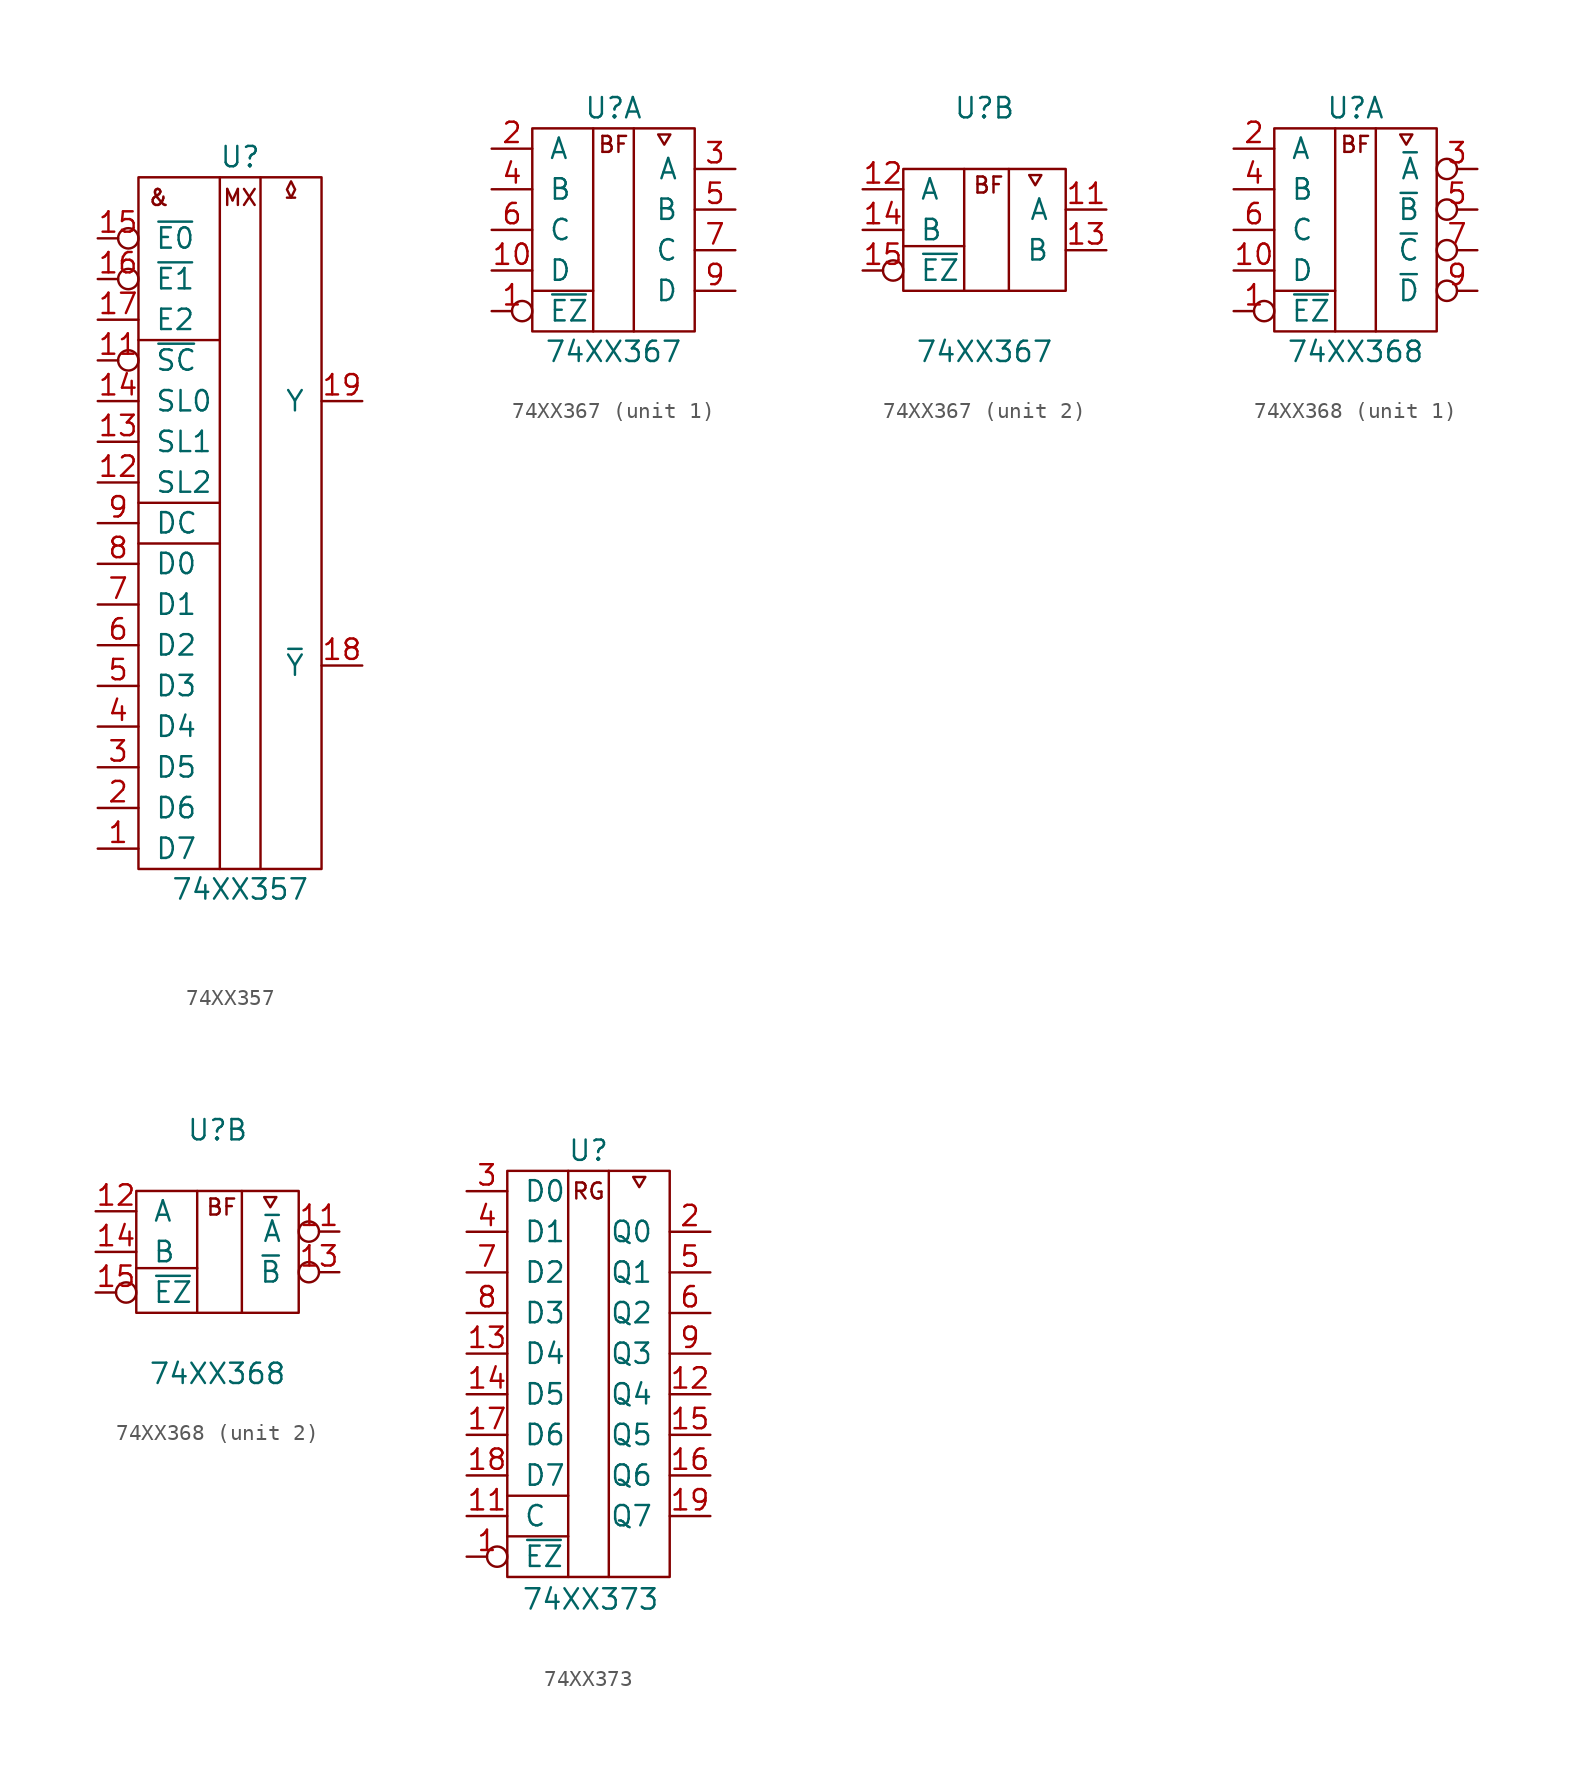
<source format=kicad_sym>
(kicad_symbol_lib
  (version 20211014)
  (generator kicad_symbol_editor)
  (symbol "74XX357"
    (pin_names
      (offset 1.016))
    (property "Reference" "U"
      (at 0 22.86 0)
      (effects (font (size 1.27 1.27))))
    (property "Value" "74XX357"
      (at 0 -22.86 0)
      (effects (font (size 1.27 1.27))))
    (symbol "74XX357_0_0"
      (text "&" (at -5.08 20.32 0) (effects (font (size 1 1))))
      (text "MX" (at 0 20.32 0) (effects (font (size 1 1)))))
    (symbol "74XX357_0_1"
      (rectangle (start -6.35 21.59) (end 5.08 -21.59) (stroke (width 0) (type default) (color 0 0 0 0)) (fill (type none)))
      (polyline (pts (xy -6.35 -1.27) (xy -1.27 -1.27)) (stroke (width 0) (type default) (color 0 0 0 0)) (fill (type none)))
      (polyline (pts (xy -6.35 1.27) (xy -1.27 1.27)) (stroke (width 0) (type default) (color 0 0 0 0)) (fill (type none)))
      (polyline (pts (xy -6.35 11.43) (xy -1.27 11.43)) (stroke (width 0) (type default) (color 0 0 0 0)) (fill (type none)))
      (polyline (pts (xy -1.27 21.59) (xy -1.27 -21.59)) (stroke (width 0) (type default) (color 0 0 0 0)) (fill (type none)))
      (polyline (pts (xy 1.27 -21.59) (xy 1.27 21.59)) (stroke (width 0) (type default) (color 0 0 0 0)) (fill (type none)))
      (polyline (pts (xy 2.921 20.32) (xy 3.429 20.32)) (stroke (width 0) (type default) (color 0 0 0 0)) (fill (type none)))
      (polyline (pts (xy 3.175 21.336) (xy 2.921 20.828) (xy 3.175 20.32) (xy 3.429 20.828) (xy 3.175 21.336)) (stroke (width 0) (type default) (color 0 0 0 0)) (fill (type none)))
      (pin power_in line (at 5.08 -21.59 180) (length 0) hide (name "GND" (effects (font (size 1.27 1.27)))) (number "10" (effects (font (size 1.27 1.27)))))
      (pin power_in line (at 5.08 21.59 180) (length 0) hide (name "VCC" (effects (font (size 1.27 1.27)))) (number "20" (effects (font (size 1.27 1.27))))))
    (symbol "74XX357_1_1"
      (pin input line (at -8.89 -20.32 0) (length 2.54) (name "D7" (effects (font (size 1.27 1.27)))) (number "1" (effects (font (size 1.27 1.27)))))
      (pin input inverted (at -8.89 10.16 0) (length 2.54) (name "~{SC}" (effects (font (size 1.27 1.27)))) (number "11" (effects (font (size 1.27 1.27)))))
      (pin input line (at -8.89 2.54 0) (length 2.54) (name "SL2" (effects (font (size 1.27 1.27)))) (number "12" (effects (font (size 1.27 1.27)))))
      (pin input line (at -8.89 5.08 0) (length 2.54) (name "SL1" (effects (font (size 1.27 1.27)))) (number "13" (effects (font (size 1.27 1.27)))))
      (pin input line (at -8.89 7.62 0) (length 2.54) (name "SL0" (effects (font (size 1.27 1.27)))) (number "14" (effects (font (size 1.27 1.27)))))
      (pin input inverted (at -8.89 17.78 0) (length 2.54) (name "~{E0}" (effects (font (size 1.27 1.27)))) (number "15" (effects (font (size 1.27 1.27)))))
      (pin input inverted (at -8.89 15.24 0) (length 2.54) (name "~{E1}" (effects (font (size 1.27 1.27)))) (number "16" (effects (font (size 1.27 1.27)))))
      (pin input line (at -8.89 12.7 0) (length 2.54) (name "E2" (effects (font (size 1.27 1.27)))) (number "17" (effects (font (size 1.27 1.27)))))
      (pin open_collector line (at 7.62 -8.89 180) (length 2.54) (name "~{Y}" (effects (font (size 1.27 1.27)))) (number "18" (effects (font (size 1.27 1.27)))))
      (pin open_collector line (at 7.62 7.62 180) (length 2.54) (name "Y" (effects (font (size 1.27 1.27)))) (number "19" (effects (font (size 1.27 1.27)))))
      (pin input line (at -8.89 -17.78 0) (length 2.54) (name "D6" (effects (font (size 1.27 1.27)))) (number "2" (effects (font (size 1.27 1.27)))))
      (pin input line (at -8.89 -15.24 0) (length 2.54) (name "D5" (effects (font (size 1.27 1.27)))) (number "3" (effects (font (size 1.27 1.27)))))
      (pin input line (at -8.89 -12.7 0) (length 2.54) (name "D4" (effects (font (size 1.27 1.27)))) (number "4" (effects (font (size 1.27 1.27)))))
      (pin input line (at -8.89 -10.16 0) (length 2.54) (name "D3" (effects (font (size 1.27 1.27)))) (number "5" (effects (font (size 1.27 1.27)))))
      (pin input line (at -8.89 -7.62 0) (length 2.54) (name "D2" (effects (font (size 1.27 1.27)))) (number "6" (effects (font (size 1.27 1.27)))))
      (pin input line (at -8.89 -5.08 0) (length 2.54) (name "D1" (effects (font (size 1.27 1.27)))) (number "7" (effects (font (size 1.27 1.27)))))
      (pin input line (at -8.89 -2.54 0) (length 2.54) (name "D0" (effects (font (size 1.27 1.27)))) (number "8" (effects (font (size 1.27 1.27)))))
      (pin input line (at -8.89 0 0) (length 2.54) (name "DC" (effects (font (size 1.27 1.27)))) (number "9" (effects (font (size 1.27 1.27)))))))
  (symbol "74XX367"
    (pin_names
      (offset 1.016))
    (property "Reference" "U"
      (at 0 7.62 0)
      (effects (font (size 1.27 1.27))))
    (property "Value" "74XX367"
      (at 0 -7.62 0)
      (effects (font (size 1.27 1.27))))
    (property "ki_locked" ""
      (at 0 0 0)
      (effects (font (size 1.27 1.27))))
    (symbol "74XX367_0_1"
      (pin power_in line (at 5.08 3.81 180) (length 0) hide (name "VCC" (effects (font (size 1.27 1.27)))) (number "16" (effects (font (size 1.27 1.27)))))
      (pin power_in line (at 5.08 -3.81 180) (length 0) hide (name "GND" (effects (font (size 1.27 1.27)))) (number "8" (effects (font (size 1.27 1.27))))))
    (symbol "74XX367_1_0"
      (rectangle (start -5.08 6.35) (end 5.08 -6.35) (stroke (width 0) (type default) (color 0 0 0 0)) (fill (type none))))
    (symbol "74XX367_1_1"
      (polyline (pts (xy -5.08 -3.81) (xy -1.27 -3.81)) (stroke (width 0) (type default) (color 0 0 0 0)) (fill (type none)))
      (polyline (pts (xy -1.27 -6.35) (xy -1.27 6.35)) (stroke (width 0) (type default) (color 0 0 0 0)) (fill (type none)))
      (polyline (pts (xy 1.27 -6.35) (xy 1.27 6.35)) (stroke (width 0) (type default) (color 0 0 0 0)) (fill (type none)))
      (polyline (pts (xy 3.175 5.334) (xy 2.794 5.969) (xy 3.556 5.969) (xy 3.175 5.334)) (stroke (width 0) (type default) (color 0 0 0 0)) (fill (type none)))
      (text "BF" (at 0 5.334 0) (effects (font (size 1 1))))
      (pin input inverted (at -7.62 -5.08 0) (length 2.54) (name "~{EZ}" (effects (font (size 1.27 1.27)))) (number "1" (effects (font (size 1.27 1.27)))))
      (pin tri_state line (at -7.62 -2.54 0) (length 2.54) (name "D" (effects (font (size 1.27 1.27)))) (number "10" (effects (font (size 1.27 1.27)))))
      (pin input line (at -7.62 5.08 0) (length 2.54) (name "A" (effects (font (size 1.27 1.27)))) (number "2" (effects (font (size 1.27 1.27)))))
      (pin tri_state line (at 7.62 3.81 180) (length 2.54) (name "A" (effects (font (size 1.27 1.27)))) (number "3" (effects (font (size 1.27 1.27)))))
      (pin input line (at -7.62 2.54 0) (length 2.54) (name "B" (effects (font (size 1.27 1.27)))) (number "4" (effects (font (size 1.27 1.27)))))
      (pin tri_state line (at 7.62 1.27 180) (length 2.54) (name "B" (effects (font (size 1.27 1.27)))) (number "5" (effects (font (size 1.27 1.27)))))
      (pin tri_state line (at -7.62 0 0) (length 2.54) (name "C" (effects (font (size 1.27 1.27)))) (number "6" (effects (font (size 1.27 1.27)))))
      (pin tri_state line (at 7.62 -1.27 180) (length 2.54) (name "C" (effects (font (size 1.27 1.27)))) (number "7" (effects (font (size 1.27 1.27)))))
      (pin tri_state line (at 7.62 -3.81 180) (length 2.54) (name "D" (effects (font (size 1.27 1.27)))) (number "9" (effects (font (size 1.27 1.27))))))
    (symbol "74XX367_2_1"
      (rectangle (start -5.08 3.81) (end 5.08 -3.81) (stroke (width 0) (type default) (color 0 0 0 0)) (fill (type none)))
      (polyline (pts (xy -5.08 -1.016) (xy -1.27 -1.016)) (stroke (width 0) (type default) (color 0 0 0 0)) (fill (type none)))
      (polyline (pts (xy -1.27 -3.81) (xy -1.27 3.81)) (stroke (width 0) (type default) (color 0 0 0 0)) (fill (type none)))
      (polyline (pts (xy 1.524 -3.81) (xy 1.524 3.81)) (stroke (width 0) (type default) (color 0 0 0 0)) (fill (type none)))
      (polyline (pts (xy 3.175 2.794) (xy 2.794 3.429) (xy 3.556 3.429) (xy 3.175 2.794)) (stroke (width 0) (type default) (color 0 0 0 0)) (fill (type none)))
      (text "BF" (at 0.254 2.794 0) (effects (font (size 1 1))))
      (pin tri_state line (at 7.62 1.27 180) (length 2.54) (name "A" (effects (font (size 1.27 1.27)))) (number "11" (effects (font (size 1.27 1.27)))))
      (pin input line (at -7.62 2.54 0) (length 2.54) (name "A" (effects (font (size 1.27 1.27)))) (number "12" (effects (font (size 1.27 1.27)))))
      (pin tri_state line (at 7.62 -1.27 180) (length 2.54) (name "B" (effects (font (size 1.27 1.27)))) (number "13" (effects (font (size 1.27 1.27)))))
      (pin input line (at -7.62 0 0) (length 2.54) (name "B" (effects (font (size 1.27 1.27)))) (number "14" (effects (font (size 1.27 1.27)))))
      (pin input inverted (at -7.62 -2.54 0) (length 2.54) (name "~{EZ}" (effects (font (size 1.27 1.27)))) (number "15" (effects (font (size 1.27 1.27)))))))
  (symbol "74XX368"
    (pin_names
      (offset 1.016))
    (property "Reference" "U"
      (at 0 7.62 0)
      (effects (font (size 1.27 1.27))))
    (property "Value" "74XX368"
      (at 0 -7.62 0)
      (effects (font (size 1.27 1.27))))
    (property "ki_locked" ""
      (at 0 0 0)
      (effects (font (size 1.27 1.27))))
    (symbol "74XX368_0_1"
      (pin power_in line (at 5.08 3.81 180) (length 0) hide (name "VCC" (effects (font (size 1.27 1.27)))) (number "16" (effects (font (size 1.27 1.27)))))
      (pin power_in line (at 5.08 -3.81 180) (length 0) hide (name "GND" (effects (font (size 1.27 1.27)))) (number "8" (effects (font (size 1.27 1.27))))))
    (symbol "74XX368_1_0"
      (rectangle (start -5.08 6.35) (end 5.08 -6.35) (stroke (width 0) (type default) (color 0 0 0 0)) (fill (type none))))
    (symbol "74XX368_1_1"
      (polyline (pts (xy -5.08 -3.81) (xy -1.27 -3.81)) (stroke (width 0) (type default) (color 0 0 0 0)) (fill (type none)))
      (polyline (pts (xy -1.27 -6.35) (xy -1.27 6.35)) (stroke (width 0) (type default) (color 0 0 0 0)) (fill (type none)))
      (polyline (pts (xy 1.27 -6.35) (xy 1.27 6.35)) (stroke (width 0) (type default) (color 0 0 0 0)) (fill (type none)))
      (polyline (pts (xy 3.175 5.334) (xy 2.794 5.969) (xy 3.556 5.969) (xy 3.175 5.334)) (stroke (width 0) (type default) (color 0 0 0 0)) (fill (type none)))
      (text "BF" (at 0 5.334 0) (effects (font (size 1 1))))
      (pin input inverted (at -7.62 -5.08 0) (length 2.54) (name "~{EZ}" (effects (font (size 1.27 1.27)))) (number "1" (effects (font (size 1.27 1.27)))))
      (pin input line (at -7.62 -2.54 0) (length 2.54) (name "D" (effects (font (size 1.27 1.27)))) (number "10" (effects (font (size 1.27 1.27)))))
      (pin input line (at -7.62 5.08 0) (length 2.54) (name "A" (effects (font (size 1.27 1.27)))) (number "2" (effects (font (size 1.27 1.27)))))
      (pin tri_state inverted (at 7.62 3.81 180) (length 2.54) (name "~{A}" (effects (font (size 1.27 1.27)))) (number "3" (effects (font (size 1.27 1.27)))))
      (pin input line (at -7.62 2.54 0) (length 2.54) (name "B" (effects (font (size 1.27 1.27)))) (number "4" (effects (font (size 1.27 1.27)))))
      (pin tri_state inverted (at 7.62 1.27 180) (length 2.54) (name "~{B}" (effects (font (size 1.27 1.27)))) (number "5" (effects (font (size 1.27 1.27)))))
      (pin input line (at -7.62 0 0) (length 2.54) (name "C" (effects (font (size 1.27 1.27)))) (number "6" (effects (font (size 1.27 1.27)))))
      (pin tri_state inverted (at 7.62 -1.27 180) (length 2.54) (name "~{C}" (effects (font (size 1.27 1.27)))) (number "7" (effects (font (size 1.27 1.27)))))
      (pin tri_state inverted (at 7.62 -3.81 180) (length 2.54) (name "~{D}" (effects (font (size 1.27 1.27)))) (number "9" (effects (font (size 1.27 1.27))))))
    (symbol "74XX368_2_1"
      (rectangle (start -5.08 3.81) (end 5.08 -3.81) (stroke (width 0) (type default) (color 0 0 0 0)) (fill (type none)))
      (polyline (pts (xy -5.08 -1.016) (xy -1.27 -1.016)) (stroke (width 0) (type default) (color 0 0 0 0)) (fill (type none)))
      (polyline (pts (xy -1.27 -3.81) (xy -1.27 3.81)) (stroke (width 0) (type default) (color 0 0 0 0)) (fill (type none)))
      (polyline (pts (xy 1.524 -3.81) (xy 1.524 3.81)) (stroke (width 0) (type default) (color 0 0 0 0)) (fill (type none)))
      (polyline (pts (xy 3.302 2.794) (xy 2.921 3.429) (xy 3.683 3.429) (xy 3.302 2.794)) (stroke (width 0) (type default) (color 0 0 0 0)) (fill (type none)))
      (text "BF" (at 0.254 2.794 0) (effects (font (size 1 1))))
      (pin tri_state inverted (at 7.62 1.27 180) (length 2.54) (name "~{A}" (effects (font (size 1.27 1.27)))) (number "11" (effects (font (size 1.27 1.27)))))
      (pin input line (at -7.62 2.54 0) (length 2.54) (name "A" (effects (font (size 1.27 1.27)))) (number "12" (effects (font (size 1.27 1.27)))))
      (pin tri_state inverted (at 7.62 -1.27 180) (length 2.54) (name "~{B}" (effects (font (size 1.27 1.27)))) (number "13" (effects (font (size 1.27 1.27)))))
      (pin input line (at -7.62 0 0) (length 2.54) (name "B" (effects (font (size 1.27 1.27)))) (number "14" (effects (font (size 1.27 1.27)))))
      (pin input inverted (at -7.62 -2.54 0) (length 2.54) (name "~{EZ}" (effects (font (size 1.27 1.27)))) (number "15" (effects (font (size 1.27 1.27)))))))
  (symbol "74XX373"
    (pin_names
      (offset 1.016))
    (property "Reference" "U"
      (at 0 13.97 0)
      (effects (font (size 1.27 1.27))))
    (property "Value" "74XX373"
      (at 0.127 -14.097 0)
      (effects (font (size 1.27 1.27))))
    (symbol "74XX373_0_1"
      (polyline (pts (xy -5.08 -7.62) (xy -1.27 -7.62)) (stroke (width 0) (type default) (color 0 0 0 0)) (fill (type none)))
      (polyline (pts (xy -1.27 -10.16) (xy -5.08 -10.16)) (stroke (width 0) (type default) (color 0 0 0 0)) (fill (type none)))
      (polyline (pts (xy -1.27 12.7) (xy -1.27 -12.7)) (stroke (width 0) (type default) (color 0 0 0 0)) (fill (type none)))
      (polyline (pts (xy 1.27 -12.7) (xy 1.27 12.7)) (stroke (width 0) (type default) (color 0 0 0 0)) (fill (type none)))
      (polyline (pts (xy 3.175 11.684) (xy 2.794 12.319) (xy 3.556 12.319) (xy 3.175 11.684)) (stroke (width 0) (type default) (color 0 0 0 0)) (fill (type none))))
    (symbol "74XX373_1_1"
      (rectangle (start -5.08 -12.7) (end 5.08 12.7) (stroke (width 0) (type default) (color 0 0 0 0)) (fill (type none)))
      (text "RG" (at 0 11.43 0) (effects (font (size 1 1))))
      (pin input inverted (at -7.62 -11.43 0) (length 2.54) (name "~{EZ}" (effects (font (size 1.27 1.27)))) (number "1" (effects (font (size 1.27 1.27)))))
      (pin power_in line (at 5.08 -12.7 180) (length 0) hide (name "GND" (effects (font (size 1.27 1.27)))) (number "10" (effects (font (size 1.27 1.27)))))
      (pin input line (at -7.62 -8.89 0) (length 2.54) (name "C" (effects (font (size 1.27 1.27)))) (number "11" (effects (font (size 1.27 1.27)))))
      (pin tri_state line (at 7.62 -1.27 180) (length 2.54) (name "Q4" (effects (font (size 1.27 1.27)))) (number "12" (effects (font (size 1.27 1.27)))))
      (pin input line (at -7.62 1.27 0) (length 2.54) (name "D4" (effects (font (size 1.27 1.27)))) (number "13" (effects (font (size 1.27 1.27)))))
      (pin input line (at -7.62 -1.27 0) (length 2.54) (name "D5" (effects (font (size 1.27 1.27)))) (number "14" (effects (font (size 1.27 1.27)))))
      (pin tri_state line (at 7.62 -3.81 180) (length 2.54) (name "Q5" (effects (font (size 1.27 1.27)))) (number "15" (effects (font (size 1.27 1.27)))))
      (pin tri_state line (at 7.62 -6.35 180) (length 2.54) (name "Q6" (effects (font (size 1.27 1.27)))) (number "16" (effects (font (size 1.27 1.27)))))
      (pin input line (at -7.62 -3.81 0) (length 2.54) (name "D6" (effects (font (size 1.27 1.27)))) (number "17" (effects (font (size 1.27 1.27)))))
      (pin input line (at -7.62 -6.35 0) (length 2.54) (name "D7" (effects (font (size 1.27 1.27)))) (number "18" (effects (font (size 1.27 1.27)))))
      (pin tri_state line (at 7.62 -8.89 180) (length 2.54) (name "Q7" (effects (font (size 1.27 1.27)))) (number "19" (effects (font (size 1.27 1.27)))))
      (pin tri_state line (at 7.62 8.89 180) (length 2.54) (name "Q0" (effects (font (size 1.27 1.27)))) (number "2" (effects (font (size 1.27 1.27)))))
      (pin power_in line (at 5.08 12.7 180) (length 0) hide (name "VCC" (effects (font (size 1.27 1.27)))) (number "20" (effects (font (size 1.27 1.27)))))
      (pin input line (at -7.62 11.43 0) (length 2.54) (name "D0" (effects (font (size 1.27 1.27)))) (number "3" (effects (font (size 1.27 1.27)))))
      (pin input line (at -7.62 8.89 0) (length 2.54) (name "D1" (effects (font (size 1.27 1.27)))) (number "4" (effects (font (size 1.27 1.27)))))
      (pin tri_state line (at 7.62 6.35 180) (length 2.54) (name "Q1" (effects (font (size 1.27 1.27)))) (number "5" (effects (font (size 1.27 1.27)))))
      (pin tri_state line (at 7.62 3.81 180) (length 2.54) (name "Q2" (effects (font (size 1.27 1.27)))) (number "6" (effects (font (size 1.27 1.27)))))
      (pin input line (at -7.62 6.35 0) (length 2.54) (name "D2" (effects (font (size 1.27 1.27)))) (number "7" (effects (font (size 1.27 1.27)))))
      (pin input line (at -7.62 3.81 0) (length 2.54) (name "D3" (effects (font (size 1.27 1.27)))) (number "8" (effects (font (size 1.27 1.27)))))
      (pin tri_state line (at 7.62 1.27 180) (length 2.54) (name "Q3" (effects (font (size 1.27 1.27)))) (number "9" (effects (font (size 1.27 1.27))))))))
</source>
